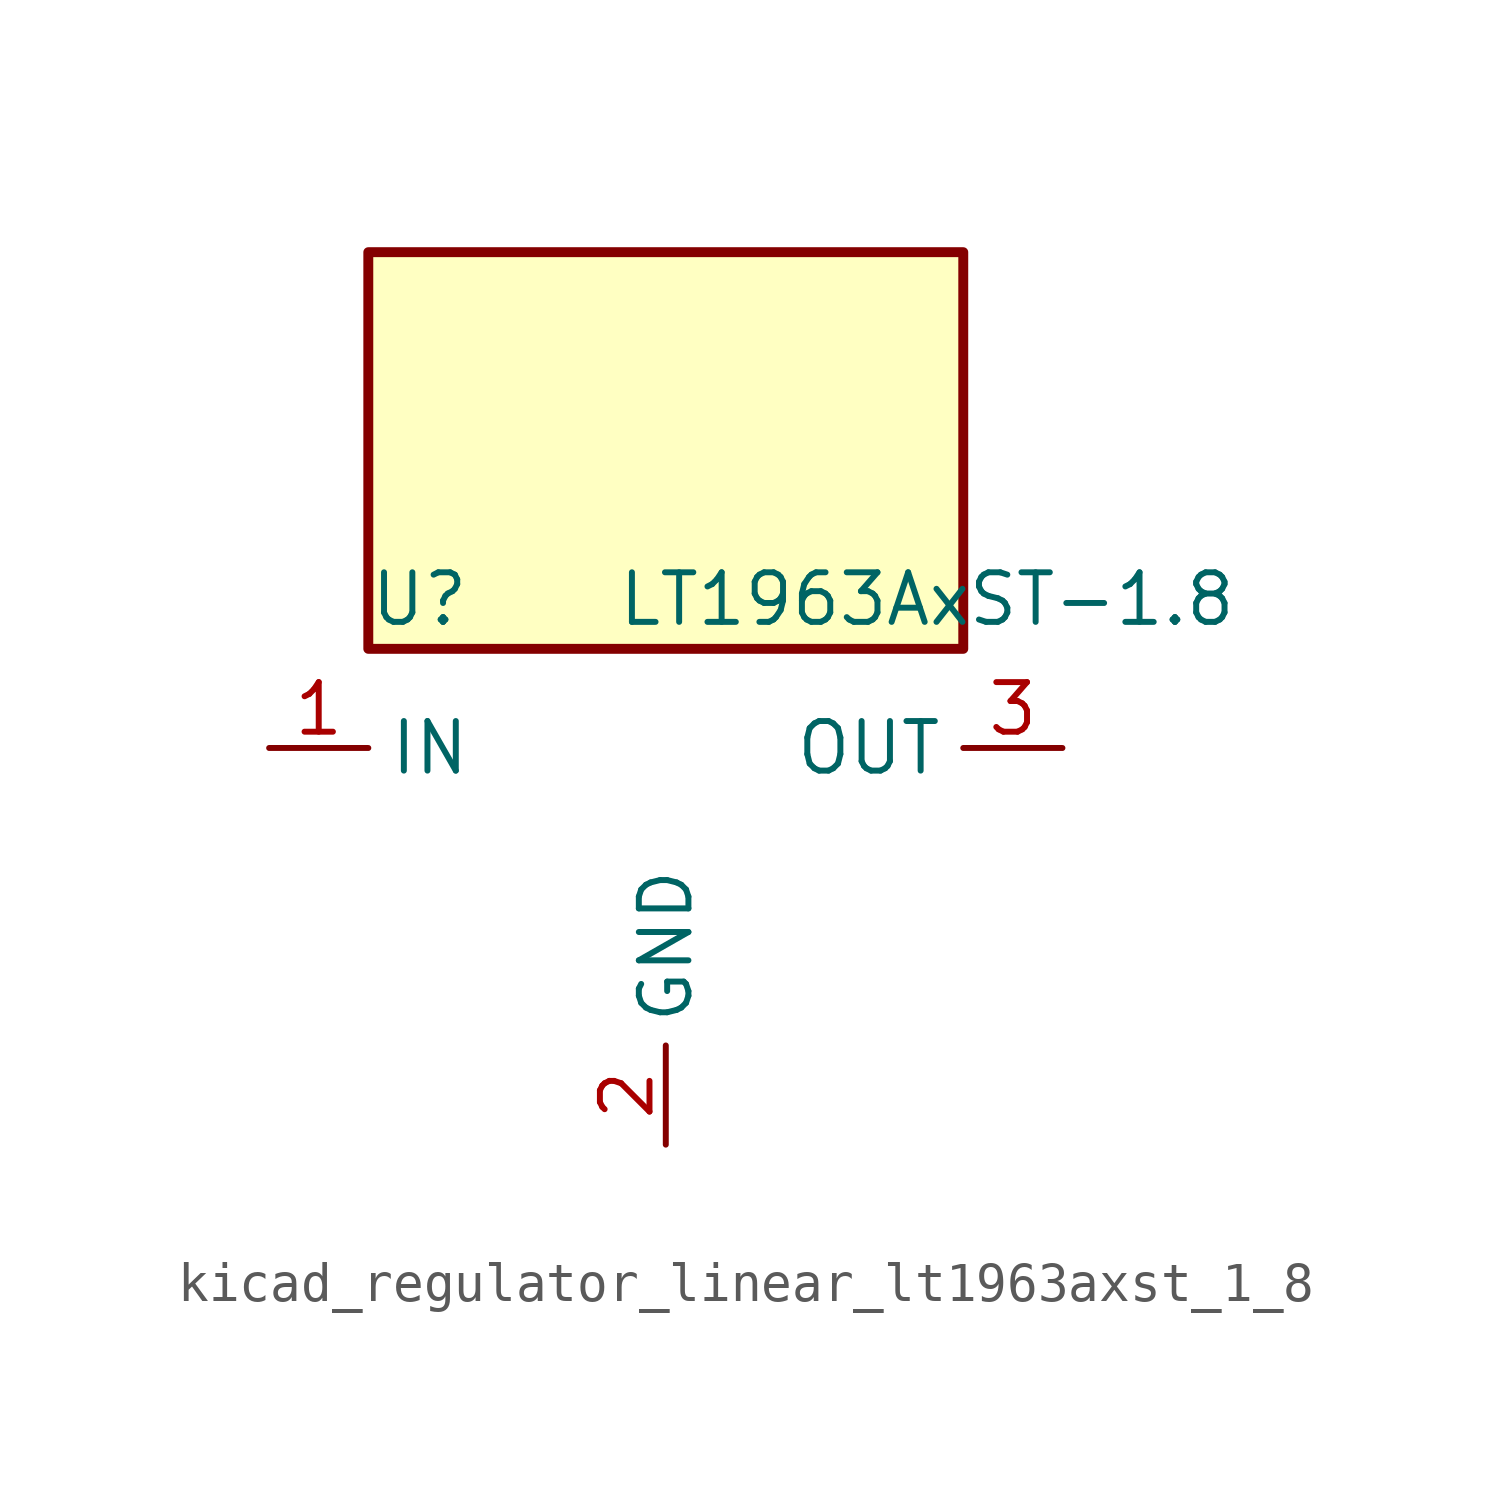
<source format=kicad_sym>
(kicad_symbol_lib
  (version 20220914)
  (generator kicad_symbol_editor)
  (symbol "kicad_regulator_linear_lt1963axst_1_8"
    (property "Reference" "U"
      (at -7.62 6.35 0)
      (effects (font (size 1.27 1.27)) (justify left)))
    (property "Value" "LT1963AxST-1.8"
      (at -1.27 6.35 0)
      (effects (font (size 1.27 1.27)) (justify left)))
    (symbol "kicad_regulator_linear_lt1963axst_1_8_0_1"
      (rectangle (start 7.62 15.24) (end -7.62 5.08) (stroke (width 0.254) (type default)) (fill (type background))))
    (symbol "kicad_regulator_linear_lt1963axst_1_8_1_1"
      (pin power_in line (at -10.16 2.54 0) (length 2.54) (name "IN" (effects (font (size 1.27 1.27)))) (number "1" (effects (font (size 1.27 1.27)))))
      (pin power_in line (at 0 -7.62 90) (length 2.54) (name "GND" (effects (font (size 1.27 1.27)))) (number "2" (effects (font (size 1.27 1.27)))))
      (pin power_out line (at 10.16 2.54 180) (length 2.54) (name "OUT" (effects (font (size 1.27 1.27)))) (number "3" (effects (font (size 1.27 1.27))))))))
</source>
